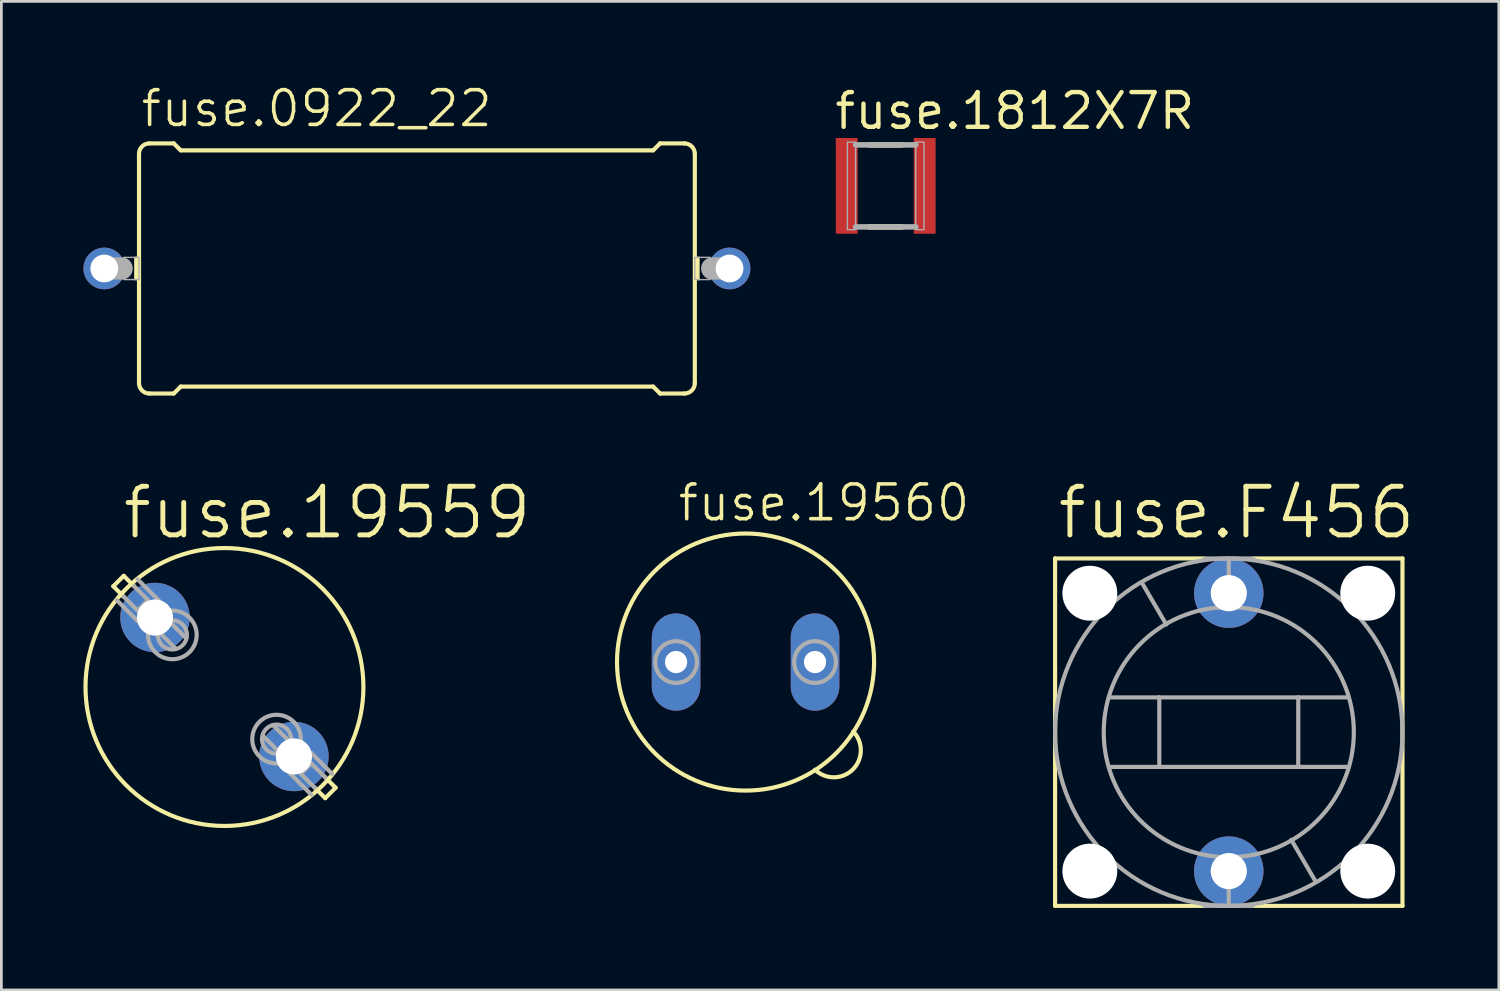
<source format=kicad_pcb>
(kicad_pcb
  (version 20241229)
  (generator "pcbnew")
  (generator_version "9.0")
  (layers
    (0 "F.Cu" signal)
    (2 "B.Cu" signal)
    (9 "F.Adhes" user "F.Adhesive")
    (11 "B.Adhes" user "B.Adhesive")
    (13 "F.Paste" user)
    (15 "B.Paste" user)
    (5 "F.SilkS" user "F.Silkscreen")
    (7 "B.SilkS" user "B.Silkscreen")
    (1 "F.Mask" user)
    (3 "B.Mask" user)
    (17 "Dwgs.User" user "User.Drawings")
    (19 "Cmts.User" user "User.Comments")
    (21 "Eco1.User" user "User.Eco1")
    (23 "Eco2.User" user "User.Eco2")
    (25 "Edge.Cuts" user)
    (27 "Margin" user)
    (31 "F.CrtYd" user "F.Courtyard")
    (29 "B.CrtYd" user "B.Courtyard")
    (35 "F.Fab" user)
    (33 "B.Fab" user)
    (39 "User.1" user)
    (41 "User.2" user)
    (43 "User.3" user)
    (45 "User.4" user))
  (footprint "fuse.1812X7R"
    (layer "F.Cu")
    (at 29.33 3.746)
    (property "Reference" "fuse.1812X7R" (at -1.946 -1.996 0) (layer "F.SilkS") (effects (font (size 1.27 1.27) (thickness 0.16)) (justify left bottom)))
    (attr smd)
    (fp_line (start -0.6 -1.5) (end 0.6 -1.5) (stroke (width 0.203) (type default)) (layer "F.SilkS"))
    (fp_line (start 0.6 1.5) (end -0.6 1.5) (stroke (width 0.203) (type default)) (layer "F.SilkS"))
    (fp_line (start -1.1 -1.5) (end 1.1 -1.5) (stroke (width 0.203) (type default)) (layer "F.Fab"))
    (fp_line (start 1.1 1.5) (end -1.1 1.5) (stroke (width 0.203) (type default)) (layer "F.Fab"))
    (fp_rect (start -1.4 1.6) (end -1.1 -1.6) (stroke (width 0.05) (type default)) (fill no) (layer "F.Fab"))
    (fp_rect (start 1.1 1.6) (end 1.4 -1.6) (stroke (width 0.05) (type default)) (fill no) (layer "F.Fab"))
    (pad "1" smd roundrect (at -1.425 0) (size 0.8 3.5) (layers "F.Cu" "F.Mask" "F.Paste") (roundrect_rratio 0.01))
    (pad "2" smd roundrect (at 1.425 0 180) (size 0.8 3.5) (layers "F.Cu" "F.Mask" "F.Paste") (roundrect_rratio 0.01)))
  (footprint "fuse.0922_22"
    (layer "F.Cu")
    (at 12.192 6.765)
    (property "Reference" "fuse.0922_22" (at -10.16 -5.105 0) (layer "F.SilkS") (effects (font (size 1.27 1.27) (thickness 0.13)) (justify left bottom)))
    (attr through_hole)
    (fp_line (start -10.16 4.191) (end -10.16 -4.191) (stroke (width 0.152) (type default)) (layer "F.SilkS"))
    (fp_line (start -9.779 -4.572) (end -8.89 -4.572) (stroke (width 0.152) (type default)) (layer "F.SilkS"))
    (fp_line (start -9.779 4.572) (end -8.89 4.572) (stroke (width 0.152) (type default)) (layer "F.SilkS"))
    (fp_line (start -8.636 -4.318) (end -8.89 -4.572) (stroke (width 0.152) (type default)) (layer "F.SilkS"))
    (fp_line (start -8.636 4.318) (end -8.89 4.572) (stroke (width 0.152) (type default)) (layer "F.SilkS"))
    (fp_line (start 8.636 -4.318) (end -8.636 -4.318) (stroke (width 0.152) (type default)) (layer "F.SilkS"))
    (fp_line (start 8.636 -4.318) (end 8.89 -4.572) (stroke (width 0.152) (type default)) (layer "F.SilkS"))
    (fp_line (start 8.636 4.318) (end -8.636 4.318) (stroke (width 0.152) (type default)) (layer "F.SilkS"))
    (fp_line (start 8.636 4.318) (end 8.89 4.572) (stroke (width 0.152) (type default)) (layer "F.SilkS"))
    (fp_line (start 9.779 -4.572) (end 8.89 -4.572) (stroke (width 0.152) (type default)) (layer "F.SilkS"))
    (fp_line (start 9.779 4.572) (end 8.89 4.572) (stroke (width 0.152) (type default)) (layer "F.SilkS"))
    (fp_line (start 10.16 4.191) (end 10.16 -4.191) (stroke (width 0.152) (type default)) (layer "F.SilkS"))
    (fp_rect (start -10.312 0.406) (end -10.16 -0.406) (stroke (width 0.05) (type default)) (fill yes) (layer "F.SilkS"))
    (fp_rect (start 10.16 0.406) (end 10.312 -0.406) (stroke (width 0.05) (type default)) (fill yes) (layer "F.SilkS"))
    (fp_arc (start -10.16 -4.191) (mid -10.048408 -4.460408) (end -9.779 -4.572) (stroke (width 0.1524) (type default)) (layer "F.SilkS"))
    (fp_arc (start -9.779 4.572) (mid -10.048408 4.460408) (end -10.16 4.191) (stroke (width 0.1524) (type default)) (layer "F.SilkS"))
    (fp_arc (start 9.779 -4.572) (mid 10.048408 -4.460408) (end 10.16 -4.191) (stroke (width 0.1524) (type default)) (layer "F.SilkS"))
    (fp_arc (start 10.16 4.191) (mid 10.048408 4.460408) (end 9.779 4.572) (stroke (width 0.1524) (type default)) (layer "F.SilkS"))
    (fp_line (start -11.43 0) (end -10.795 0) (stroke (width 0.813) (type default)) (layer "F.Fab"))
    (fp_line (start 11.43 0) (end 10.795 0) (stroke (width 0.813) (type default)) (layer "F.Fab"))
    (fp_rect (start -10.719 0.406) (end -10.16 -0.406) (stroke (width 0.05) (type default)) (fill no) (layer "F.Fab"))
    (fp_rect (start 10.16 0.406) (end 10.719 -0.406) (stroke (width 0.05) (type default)) (fill no) (layer "F.Fab"))
    (pad "1" thru_hole circle (at -11.43 0) (size 1.524 1.524) (drill 1.016) (layers "*.Cu" "*.Mask"))
    (pad "2" thru_hole circle (at 11.43 0) (size 1.524 1.524) (drill 1.016) (layers "*.Cu" "*.Mask")))
  (footprint "fuse.19559"
    (layer "F.Cu")
    (at 5.156 22.066)
    (property "Reference" "fuse.19559" (at -3.81 -5.334 0) (layer "F.SilkS") (effects (font (size 1.778 1.778) (thickness 0.18)) (justify left bottom)))
    (attr through_hole)
    (fp_line (start -4.064 -3.683) (end -3.683 -4.064) (stroke (width 0.152) (type default)) (layer "F.SilkS"))
    (fp_line (start -4.064 -3.683) (end -3.683 -3.302) (stroke (width 0.152) (type default)) (layer "F.SilkS"))
    (fp_line (start -3.683 -4.064) (end -3.302 -3.683) (stroke (width 0.152) (type default)) (layer "F.SilkS"))
    (fp_line (start 3.302 3.683) (end 3.683 4.064) (stroke (width 0.152) (type default)) (layer "F.SilkS"))
    (fp_line (start 4.064 3.683) (end 3.683 3.302) (stroke (width 0.152) (type default)) (layer "F.SilkS"))
    (fp_line (start 4.064 3.683) (end 3.683 4.064) (stroke (width 0.152) (type default)) (layer "F.SilkS"))
    (fp_circle (center 0 0) (end 5.08 0) (stroke (width 0.152) (type default)) (fill no) (layer "F.SilkS"))
    (fp_line (start -3.937 -3.175) (end -3.175 -2.413) (stroke (width 0.152) (type default)) (layer "F.Fab"))
    (fp_line (start -3.683 -3.302) (end -3.175 -2.794) (stroke (width 0.152) (type default)) (layer "F.Fab"))
    (fp_line (start -3.302 -3.683) (end -2.794 -3.175) (stroke (width 0.152) (type default)) (layer "F.Fab"))
    (fp_line (start -3.175 -3.937) (end -2.413 -3.175) (stroke (width 0.152) (type default)) (layer "F.Fab"))
    (fp_line (start -3.175 -2.794) (end -2.794 -3.175) (stroke (width 0.152) (type default)) (layer "F.Fab"))
    (fp_line (start -3.175 -2.413) (end -2.413 -3.175) (stroke (width 0.152) (type default)) (layer "F.Fab"))
    (fp_line (start -2.413 -2.032) (end -1.778 -1.397) (stroke (width 0.152) (type default)) (layer "F.Fab"))
    (fp_line (start -2.032 -2.413) (end -1.397 -1.778) (stroke (width 0.152) (type default)) (layer "F.Fab"))
    (fp_line (start 1.397 1.778) (end 2.032 2.413) (stroke (width 0.152) (type default)) (layer "F.Fab"))
    (fp_line (start 1.778 1.397) (end 2.413 2.032) (stroke (width 0.152) (type default)) (layer "F.Fab"))
    (fp_line (start 2.413 3.175) (end 3.175 2.413) (stroke (width 0.152) (type default)) (layer "F.Fab"))
    (fp_line (start 2.794 3.175) (end 3.175 2.794) (stroke (width 0.152) (type default)) (layer "F.Fab"))
    (fp_line (start 3.175 2.413) (end 3.937 3.175) (stroke (width 0.152) (type default)) (layer "F.Fab"))
    (fp_line (start 3.175 3.937) (end 2.413 3.175) (stroke (width 0.152) (type default)) (layer "F.Fab"))
    (fp_line (start 3.302 3.683) (end 2.794 3.175) (stroke (width 0.152) (type default)) (layer "F.Fab"))
    (fp_line (start 3.683 3.302) (end 3.175 2.794) (stroke (width 0.152) (type default)) (layer "F.Fab"))
    (fp_circle (center -1.905 -1.905) (end -1.372 -1.905) (stroke (width 0.152) (type default)) (fill no) (layer "F.Fab"))
    (fp_circle (center -1.905 -1.905) (end -1.016 -1.905) (stroke (width 0.152) (type default)) (fill no) (layer "F.Fab"))
    (fp_circle (center 1.905 1.905) (end 2.438 1.905) (stroke (width 0.152) (type default)) (fill no) (layer "F.Fab"))
    (fp_circle (center 1.905 1.905) (end 2.794 1.905) (stroke (width 0.152) (type default)) (fill no) (layer "F.Fab"))
    (pad "1" thru_hole circle (at -2.54 -2.54) (size 2.54 2.54) (drill 1.321) (layers "*.Cu" "*.Mask"))
    (pad "2" thru_hole circle (at 2.54 2.54) (size 2.54 2.54) (drill 1.321) (layers "*.Cu" "*.Mask")))
  (footprint "fuse.19560"
    (layer "F.Cu")
    (at 24.207 21.154)
    (property "Reference" "fuse.19560" (at -2.54 -5.08 0) (layer "F.SilkS") (effects (font (size 1.27 1.27) (thickness 0.13)) (justify left bottom)))
    (attr through_hole)
    (fp_arc (start 3.937 2.54) (mid 3.924415 3.924415) (end 2.54 3.937) (stroke (width 0.1524) (type default)) (layer "F.SilkS"))
    (fp_circle (center 0 0) (end 4.699 0) (stroke (width 0.152) (type default)) (fill no) (layer "F.SilkS"))
    (fp_circle (center -2.54 0) (end -2.286 0) (stroke (width 0.254) (type default)) (fill no) (layer "F.Fab"))
    (fp_circle (center -2.54 0) (end -1.778 0) (stroke (width 0.152) (type default)) (fill no) (layer "F.Fab"))
    (fp_circle (center 2.54 0) (end 2.794 0) (stroke (width 0.254) (type default)) (fill no) (layer "F.Fab"))
    (fp_circle (center 2.54 0) (end 3.302 0) (stroke (width 0.152) (type default)) (fill no) (layer "F.Fab"))
    (pad "1" thru_hole oval (at -2.54 0 90) (size 3.556 1.778) (drill 0.813) (layers "*.Cu" "*.Mask"))
    (pad "2" thru_hole oval (at 2.54 0 90) (size 3.556 1.778) (drill 0.813) (layers "*.Cu" "*.Mask")))
  (footprint "fuse.F456"
    (layer "F.Cu")
    (at 41.873 23.717)
    (property "Reference" "fuse.F456" (at -6.35 -6.985 0) (layer "F.SilkS") (effects (font (size 1.778 1.778) (thickness 0.18)) (justify left bottom)))
    (attr through_hole)
    (fp_line (start -6.35 6.35) (end -6.35 -6.35) (stroke (width 0.152) (type default)) (layer "F.SilkS"))
    (fp_line (start -0.889 -6.35) (end -6.35 -6.35) (stroke (width 0.152) (type default)) (layer "F.SilkS"))
    (fp_line (start -0.889 6.35) (end -6.35 6.35) (stroke (width 0.152) (type default)) (layer "F.SilkS"))
    (fp_line (start 6.35 -6.35) (end 0.889 -6.35) (stroke (width 0.152) (type default)) (layer "F.SilkS"))
    (fp_line (start 6.35 -6.35) (end 6.35 6.35) (stroke (width 0.152) (type default)) (layer "F.SilkS"))
    (fp_line (start 6.35 6.35) (end 0.889 6.35) (stroke (width 0.152) (type default)) (layer "F.SilkS"))
    (fp_line (start -4.318 -1.27) (end -2.54 -1.27) (stroke (width 0.152) (type default)) (layer "F.Fab"))
    (fp_line (start -4.318 1.27) (end -2.54 1.27) (stroke (width 0.152) (type default)) (layer "F.Fab"))
    (fp_line (start -3.175 -5.461) (end -2.286 -3.937) (stroke (width 0.152) (type default)) (layer "F.Fab"))
    (fp_line (start -2.54 -1.27) (end -2.54 1.27) (stroke (width 0.152) (type default)) (layer "F.Fab"))
    (fp_line (start -2.54 -1.27) (end 2.54 -1.27) (stroke (width 0.152) (type default)) (layer "F.Fab"))
    (fp_line (start -2.54 1.27) (end 2.54 1.27) (stroke (width 0.152) (type default)) (layer "F.Fab"))
    (fp_line (start 0 -6.35) (end 0 -4.572) (stroke (width 0.152) (type default)) (layer "F.Fab"))
    (fp_line (start 0 6.35) (end -0.889 6.35) (stroke (width 0.152) (type default)) (layer "F.Fab"))
    (fp_line (start 0 6.35) (end 0 4.572) (stroke (width 0.152) (type default)) (layer "F.Fab"))
    (fp_line (start 0.889 -6.35) (end -0.889 -6.35) (stroke (width 0.152) (type default)) (layer "F.Fab"))
    (fp_line (start 0.889 6.35) (end 0 6.35) (stroke (width 0.152) (type default)) (layer "F.Fab"))
    (fp_line (start 2.54 -1.27) (end 2.54 1.27) (stroke (width 0.152) (type default)) (layer "F.Fab"))
    (fp_line (start 2.54 -1.27) (end 4.318 -1.27) (stroke (width 0.152) (type default)) (layer "F.Fab"))
    (fp_line (start 2.54 1.27) (end 4.318 1.27) (stroke (width 0.152) (type default)) (layer "F.Fab"))
    (fp_line (start 3.175 5.461) (end 2.286 3.937) (stroke (width 0.152) (type default)) (layer "F.Fab"))
    (fp_circle (center 0 0) (end 4.572 0) (stroke (width 0.152) (type default)) (fill no) (layer "F.Fab"))
    (fp_circle (center 0 0) (end 6.35 0) (stroke (width 0.152) (type default)) (fill no) (layer "F.Fab"))
    (pad "" np_thru_hole circle (at -5.08 -5.08) (size 2.007 2.007) (drill 2.007) (layers "*.Cu" "*.Mask"))
    (pad "" np_thru_hole circle (at -5.08 5.08) (size 2.007 2.007) (drill 2.007) (layers "*.Cu" "*.Mask"))
    (pad "" np_thru_hole circle (at 5.08 -5.08) (size 2.007 2.007) (drill 2.007) (layers "*.Cu" "*.Mask"))
    (pad "" np_thru_hole circle (at 5.08 5.08) (size 2.007 2.007) (drill 2.007) (layers "*.Cu" "*.Mask"))
    (pad "1" thru_hole circle (at 0 -5.08) (size 2.54 2.54) (drill 1.321) (layers "*.Cu" "*.Mask"))
    (pad "2" thru_hole circle (at 0 5.08) (size 2.54 2.54) (drill 1.321) (layers "*.Cu" "*.Mask")))
  (gr_rect
    (start -3 -3)
    (end 51.746 33.143)
    (stroke (width 0.1) (type default))
    (fill no)
    (layer "Edge.Cuts")))
</source>
